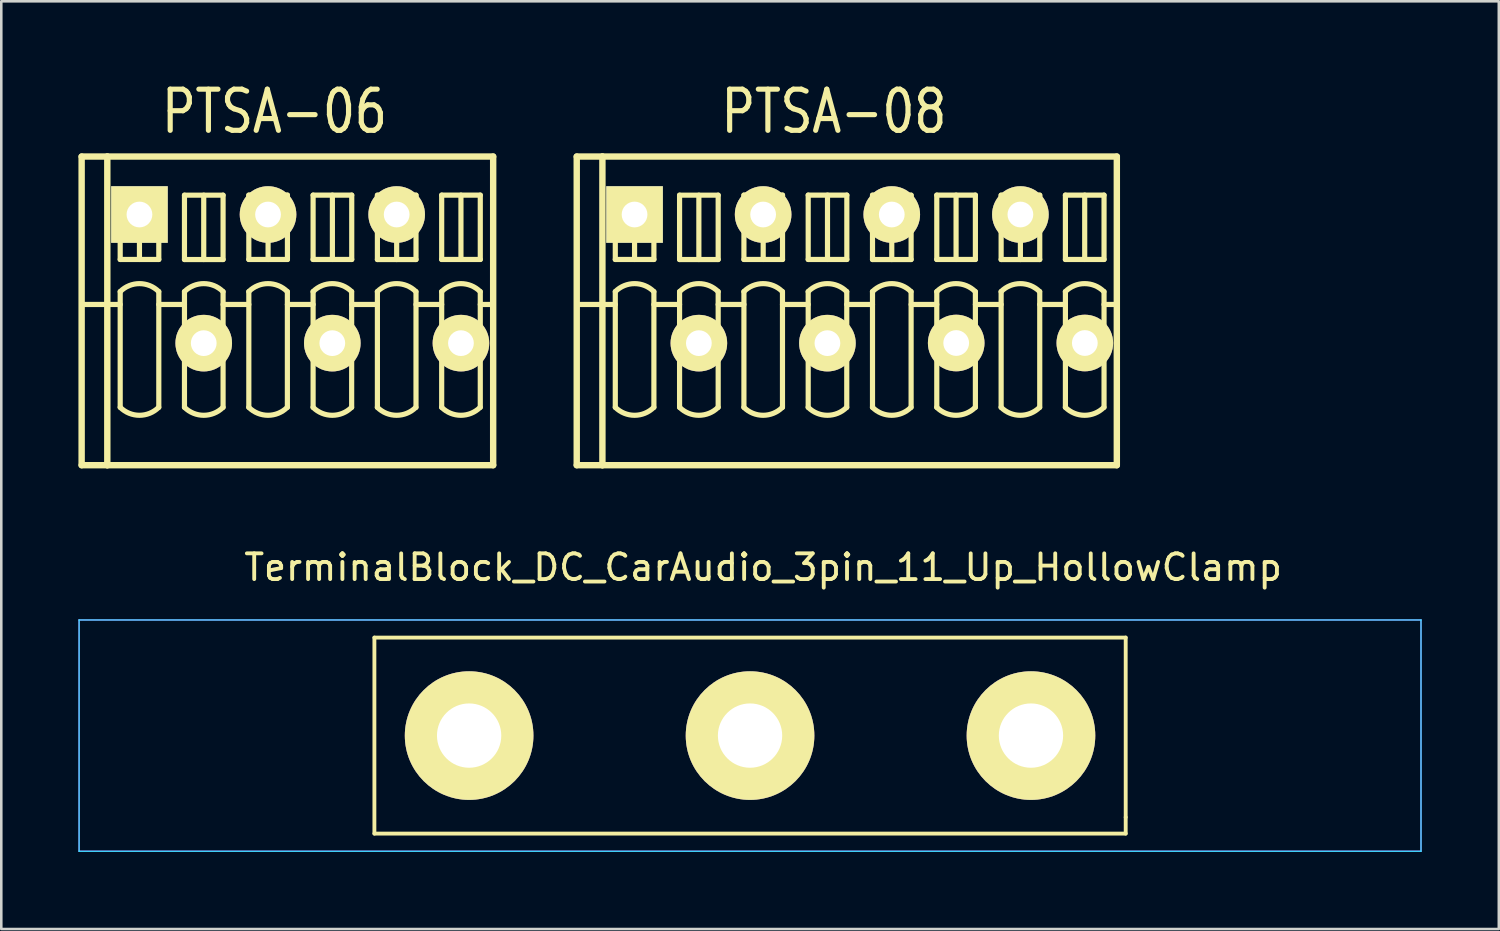
<source format=kicad_pcb>
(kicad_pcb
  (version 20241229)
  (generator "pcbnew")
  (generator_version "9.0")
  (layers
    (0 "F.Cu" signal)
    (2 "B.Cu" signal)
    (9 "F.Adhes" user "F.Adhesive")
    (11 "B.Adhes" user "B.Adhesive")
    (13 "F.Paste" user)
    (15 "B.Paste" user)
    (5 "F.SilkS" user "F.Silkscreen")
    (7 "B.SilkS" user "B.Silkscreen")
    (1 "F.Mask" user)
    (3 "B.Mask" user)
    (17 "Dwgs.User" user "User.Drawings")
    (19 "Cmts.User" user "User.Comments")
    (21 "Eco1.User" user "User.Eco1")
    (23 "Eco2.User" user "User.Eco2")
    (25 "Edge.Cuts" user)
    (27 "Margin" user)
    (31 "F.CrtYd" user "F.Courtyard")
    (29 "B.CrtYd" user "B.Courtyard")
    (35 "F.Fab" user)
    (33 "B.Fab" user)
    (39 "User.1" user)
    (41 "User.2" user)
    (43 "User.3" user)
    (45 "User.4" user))
  (footprint "PTSA-06"
    (layer "F.Cu")
    (at 8.623 7.787)
    (property "Reference" "PTSA-06" (at -1.001 -6.5 0) (layer "F.SilkS") (effects (font (size 1.6 1.3) (thickness 0.2))))
    (attr through_hole)
    (fp_line (start -8.499 -4.75) (end -8.499 7.249) (stroke (width 0.249) (type solid)) (layer "F.SilkS"))
    (fp_line (start -8.499 -4.75) (end -7.501 -4.75) (stroke (width 0.249) (type solid)) (layer "F.SilkS"))
    (fp_line (start -8.499 7.249) (end -7.501 7.249) (stroke (width 0.249) (type solid)) (layer "F.SilkS"))
    (fp_line (start -7.501 -4.75) (end 7.501 -4.75) (stroke (width 0.249) (type solid)) (layer "F.SilkS"))
    (fp_line (start -7.501 1.001) (end -8.499 1.001) (stroke (width 0.201) (type solid)) (layer "F.SilkS"))
    (fp_line (start -7.501 7.249) (end -7.501 -4.75) (stroke (width 0.249) (type solid)) (layer "F.SilkS"))
    (fp_line (start -7 -3.251) (end -5.499 -3.251) (stroke (width 0.201) (type solid)) (layer "F.SilkS"))
    (fp_line (start -7 -0.749) (end -7 -3.251) (stroke (width 0.201) (type solid)) (layer "F.SilkS"))
    (fp_line (start -7 0.5) (end -7 5.001) (stroke (width 0.201) (type solid)) (layer "F.SilkS"))
    (fp_line (start -7 1.001) (end -7.501 1.001) (stroke (width 0.201) (type solid)) (layer "F.SilkS"))
    (fp_line (start -6.251 -3.251) (end -6.251 -0.749) (stroke (width 0.201) (type solid)) (layer "F.SilkS"))
    (fp_line (start -5.499 -3.251) (end -5.499 -0.749) (stroke (width 0.201) (type solid)) (layer "F.SilkS"))
    (fp_line (start -5.499 -0.749) (end -7 -0.749) (stroke (width 0.201) (type solid)) (layer "F.SilkS"))
    (fp_line (start -5.499 1.001) (end -4.501 1.001) (stroke (width 0.201) (type solid)) (layer "F.SilkS"))
    (fp_line (start -5.499 5.001) (end -5.499 0.5) (stroke (width 0.201) (type solid)) (layer "F.SilkS"))
    (fp_line (start -4.501 -3.249) (end -3 -3.249) (stroke (width 0.201) (type solid)) (layer "F.SilkS"))
    (fp_line (start -4.501 -0.747) (end -4.501 -3.249) (stroke (width 0.201) (type solid)) (layer "F.SilkS"))
    (fp_line (start -4.501 0.5) (end -4.501 5.001) (stroke (width 0.201) (type solid)) (layer "F.SilkS"))
    (fp_line (start -3.752 -3.249) (end -3.752 -0.747) (stroke (width 0.201) (type solid)) (layer "F.SilkS"))
    (fp_line (start -3 -3.249) (end -3 -0.747) (stroke (width 0.201) (type solid)) (layer "F.SilkS"))
    (fp_line (start -3 -0.747) (end -4.501 -0.747) (stroke (width 0.201) (type solid)) (layer "F.SilkS"))
    (fp_line (start -3 1.001) (end -1.999 1.001) (stroke (width 0.201) (type solid)) (layer "F.SilkS"))
    (fp_line (start -3 5.001) (end -3 0.5) (stroke (width 0.201) (type solid)) (layer "F.SilkS"))
    (fp_line (start -1.999 -3.251) (end -0.498 -3.251) (stroke (width 0.201) (type solid)) (layer "F.SilkS"))
    (fp_line (start -1.999 -0.749) (end -1.999 -3.251) (stroke (width 0.201) (type solid)) (layer "F.SilkS"))
    (fp_line (start -1.999 0.5) (end -1.999 5.001) (stroke (width 0.201) (type solid)) (layer "F.SilkS"))
    (fp_line (start -1.25 -3.251) (end -1.25 -0.749) (stroke (width 0.201) (type solid)) (layer "F.SilkS"))
    (fp_line (start -0.5 1.001) (end 0.5 1.001) (stroke (width 0.201) (type solid)) (layer "F.SilkS"))
    (fp_line (start -0.5 5.001) (end -0.5 0.5) (stroke (width 0.201) (type solid)) (layer "F.SilkS"))
    (fp_line (start -0.498 -3.251) (end -0.498 -0.749) (stroke (width 0.201) (type solid)) (layer "F.SilkS"))
    (fp_line (start -0.498 -0.749) (end -1.999 -0.749) (stroke (width 0.201) (type solid)) (layer "F.SilkS"))
    (fp_line (start 0.5 -3.251) (end 2.002 -3.251) (stroke (width 0.201) (type solid)) (layer "F.SilkS"))
    (fp_line (start 0.5 -0.749) (end 0.5 -3.251) (stroke (width 0.201) (type solid)) (layer "F.SilkS"))
    (fp_line (start 0.5 0.5) (end 0.5 5.001) (stroke (width 0.201) (type solid)) (layer "F.SilkS"))
    (fp_line (start 1.25 -3.251) (end 1.25 -0.749) (stroke (width 0.201) (type solid)) (layer "F.SilkS"))
    (fp_line (start 1.999 1.001) (end 3 1.001) (stroke (width 0.201) (type solid)) (layer "F.SilkS"))
    (fp_line (start 1.999 5.001) (end 1.999 0.5) (stroke (width 0.201) (type solid)) (layer "F.SilkS"))
    (fp_line (start 2.002 -3.251) (end 2.002 -0.749) (stroke (width 0.201) (type solid)) (layer "F.SilkS"))
    (fp_line (start 2.002 -0.749) (end 0.5 -0.749) (stroke (width 0.201) (type solid)) (layer "F.SilkS"))
    (fp_line (start 3 -3.249) (end 4.501 -3.249) (stroke (width 0.201) (type solid)) (layer "F.SilkS"))
    (fp_line (start 3 -0.747) (end 3 -3.249) (stroke (width 0.201) (type solid)) (layer "F.SilkS"))
    (fp_line (start 3 0.5) (end 3 5.001) (stroke (width 0.201) (type solid)) (layer "F.SilkS"))
    (fp_line (start 3.749 -3.249) (end 3.749 -0.747) (stroke (width 0.201) (type solid)) (layer "F.SilkS"))
    (fp_line (start 4.501 -3.249) (end 4.501 -0.747) (stroke (width 0.201) (type solid)) (layer "F.SilkS"))
    (fp_line (start 4.501 -0.747) (end 3 -0.747) (stroke (width 0.201) (type solid)) (layer "F.SilkS"))
    (fp_line (start 4.501 1.001) (end 5.499 1.001) (stroke (width 0.201) (type solid)) (layer "F.SilkS"))
    (fp_line (start 4.501 5.001) (end 4.501 0.5) (stroke (width 0.201) (type solid)) (layer "F.SilkS"))
    (fp_line (start 5.499 -3.251) (end 7 -3.251) (stroke (width 0.201) (type solid)) (layer "F.SilkS"))
    (fp_line (start 5.499 -0.749) (end 5.499 -3.251) (stroke (width 0.201) (type solid)) (layer "F.SilkS"))
    (fp_line (start 5.499 0.5) (end 5.499 5.001) (stroke (width 0.201) (type solid)) (layer "F.SilkS"))
    (fp_line (start 6.248 -3.251) (end 6.248 -0.749) (stroke (width 0.201) (type solid)) (layer "F.SilkS"))
    (fp_line (start 7 -3.251) (end 7 -0.749) (stroke (width 0.201) (type solid)) (layer "F.SilkS"))
    (fp_line (start 7 -0.749) (end 5.499 -0.749) (stroke (width 0.201) (type solid)) (layer "F.SilkS"))
    (fp_line (start 7 1.001) (end 7.501 1.001) (stroke (width 0.201) (type solid)) (layer "F.SilkS"))
    (fp_line (start 7 5.001) (end 7 0.5) (stroke (width 0.201) (type solid)) (layer "F.SilkS"))
    (fp_line (start 7.501 -4.75) (end 7.501 7.249) (stroke (width 0.249) (type solid)) (layer "F.SilkS"))
    (fp_line (start 7.501 7.249) (end -7.501 7.249) (stroke (width 0.249) (type solid)) (layer "F.SilkS"))
    (fp_arc (start -7.00024 0.50038) (mid -6.25094 0.19001) (end -5.50164 0.50038) (stroke (width 0.20066) (type solid)) (layer "F.SilkS"))
    (fp_arc (start -5.50164 4.99872) (mid -6.25094 5.30909) (end -7.00024 4.99872) (stroke (width 0.20066) (type solid)) (layer "F.SilkS"))
    (fp_arc (start -4.50088 0.50038) (mid -3.75158 0.19001) (end -3.00228 0.50038) (stroke (width 0.20066) (type solid)) (layer "F.SilkS"))
    (fp_arc (start -3.00228 4.99872) (mid -3.75158 5.30909) (end -4.50088 4.99872) (stroke (width 0.20066) (type solid)) (layer "F.SilkS"))
    (fp_arc (start -2.00152 0.50038) (mid -1.25222 0.19001) (end -0.50292 0.50038) (stroke (width 0.20066) (type solid)) (layer "F.SilkS"))
    (fp_arc (start -0.50292 4.99872) (mid -1.25222 5.30909) (end -2.00152 4.99872) (stroke (width 0.20066) (type solid)) (layer "F.SilkS"))
    (fp_arc (start 0.49784 0.50038) (mid 1.24714 0.19001) (end 1.99644 0.50038) (stroke (width 0.20066) (type solid)) (layer "F.SilkS"))
    (fp_arc (start 1.99644 4.99872) (mid 1.24714 5.30909) (end 0.49784 4.99872) (stroke (width 0.20066) (type solid)) (layer "F.SilkS"))
    (fp_arc (start 2.9972 0.50038) (mid 3.7465 0.19001) (end 4.4958 0.50038) (stroke (width 0.20066) (type solid)) (layer "F.SilkS"))
    (fp_arc (start 4.4958 4.99872) (mid 3.7465 5.30909) (end 2.9972 4.99872) (stroke (width 0.20066) (type solid)) (layer "F.SilkS"))
    (fp_arc (start 5.49656 0.50038) (mid 6.24586 0.19001) (end 6.99516 0.50038) (stroke (width 0.20066) (type solid)) (layer "F.SilkS"))
    (fp_arc (start 6.99516 4.99872) (mid 6.24586 5.30909) (end 5.49656 4.99872) (stroke (width 0.20066) (type solid)) (layer "F.SilkS"))
    (pad "1" thru_hole rect (at -6.251 -2.497) (size 2.2 2.2) (drill 1.001) (layers "*.Cu" "*.Mask" "F.SilkS"))
    (pad "2" thru_hole circle (at -3.752 2.504) (size 2.2 2.2) (drill 1.001) (layers "*.Cu" "*.Mask" "F.SilkS"))
    (pad "3" thru_hole circle (at -1.252 -2.497) (size 2.2 2.2) (drill 1.001) (layers "*.Cu" "*.Mask" "F.SilkS"))
    (pad "4" thru_hole circle (at 1.247 2.504) (size 2.2 2.2) (drill 1.001) (layers "*.Cu" "*.Mask" "F.SilkS"))
    (pad "5" thru_hole circle (at 3.749 -2.497) (size 2.2 2.2) (drill 1.001) (layers "*.Cu" "*.Mask" "F.SilkS"))
    (pad "6" thru_hole circle (at 6.248 2.504) (size 2.2 2.2) (drill 1.001) (layers "*.Cu" "*.Mask" "F.SilkS")))
  (footprint "TerminalBlock_DC_CarAudio_3pin_11_Up_HollowClamp"
    (layer "F.Cu")
    (at 15.189 25.549)
    (property "Reference" "TerminalBlock_DC_CarAudio_3pin_11_Up_HollowClamp" (at 11.43 -6.54 0) (layer "F.SilkS") (effects (font (size 1 1) (thickness 0.15))))
    (attr through_hole)
    (fp_line (start -3.683 -3.81) (end 25.527 -3.81) (stroke (width 0.15) (type solid)) (layer "F.SilkS"))
    (fp_line (start -3.683 3.81) (end -3.683 -3.81) (stroke (width 0.15) (type solid)) (layer "F.SilkS"))
    (fp_line (start 25.527 -3.81) (end 25.527 3.175) (stroke (width 0.15) (type solid)) (layer "F.SilkS"))
    (fp_line (start 25.527 3.175) (end 25.527 3.81) (stroke (width 0.15) (type solid)) (layer "F.SilkS"))
    (fp_line (start 25.527 3.81) (end -3.683 3.81) (stroke (width 0.15) (type solid)) (layer "F.SilkS"))
    (fp_line (start -15.164 -4.496) (end -15.164 4.496) (stroke (width 0.05) (type solid)) (layer "B.CrtYd"))
    (fp_line (start -15.164 -4.496) (end 37.008 -4.496) (stroke (width 0.05) (type solid)) (layer "B.CrtYd"))
    (fp_line (start 37.008 -4.496) (end 37.008 4.496) (stroke (width 0.05) (type solid)) (layer "B.CrtYd"))
    (fp_line (start 37.008 4.496) (end -15.164 4.496) (stroke (width 0.05) (type solid)) (layer "B.CrtYd"))
    (fp_line (start -15.164 -4.496) (end -15.164 4.496) (stroke (width 0.05) (type solid)) (layer "F.CrtYd"))
    (fp_line (start -15.164 -4.496) (end 37.008 -4.496) (stroke (width 0.05) (type solid)) (layer "F.CrtYd"))
    (fp_line (start 37.008 4.496) (end -15.164 4.496) (stroke (width 0.05) (type solid)) (layer "F.CrtYd"))
    (fp_line (start 37.008 4.496) (end 37.008 -4.496) (stroke (width 0.05) (type solid)) (layer "F.CrtYd"))
    (pad "1" thru_hole circle (at 0 0) (size 5 5) (drill 2.5) (layers "*.Cu" "*.Mask" "F.SilkS"))
    (pad "2" thru_hole circle (at 10.922 0) (size 5 5) (drill 2.5) (layers "*.Cu" "*.Mask" "F.SilkS"))
    (pad "3" thru_hole circle (at 21.844 0) (size 5 5) (drill 2.5) (layers "*.Cu" "*.Mask" "F.SilkS")))
  (footprint "PTSA-08"
    (layer "F.Cu")
    (at 30.374 7.787)
    (property "Reference" "PTSA-08" (at -1.001 -6.5 0) (layer "F.SilkS") (effects (font (size 1.6 1.3) (thickness 0.2))))
    (attr through_hole)
    (fp_line (start -11.001 -4.75) (end -11.001 7.249) (stroke (width 0.249) (type solid)) (layer "F.SilkS"))
    (fp_line (start -11.001 -4.75) (end -10.003 -4.75) (stroke (width 0.249) (type solid)) (layer "F.SilkS"))
    (fp_line (start -11.001 7.249) (end -10.003 7.249) (stroke (width 0.249) (type solid)) (layer "F.SilkS"))
    (fp_line (start -10.003 -4.75) (end 9.997 -4.75) (stroke (width 0.249) (type solid)) (layer "F.SilkS"))
    (fp_line (start -10.003 1.001) (end -11.001 1.001) (stroke (width 0.201) (type solid)) (layer "F.SilkS"))
    (fp_line (start -10.003 7.249) (end -10.003 -4.75) (stroke (width 0.249) (type solid)) (layer "F.SilkS"))
    (fp_line (start -9.502 -3.251) (end -8.001 -3.251) (stroke (width 0.201) (type solid)) (layer "F.SilkS"))
    (fp_line (start -9.502 -0.749) (end -9.502 -3.251) (stroke (width 0.201) (type solid)) (layer "F.SilkS"))
    (fp_line (start -9.502 0.5) (end -9.502 5.001) (stroke (width 0.201) (type solid)) (layer "F.SilkS"))
    (fp_line (start -9.502 1.001) (end -10.003 1.001) (stroke (width 0.201) (type solid)) (layer "F.SilkS"))
    (fp_line (start -8.753 -3.251) (end -8.753 -0.749) (stroke (width 0.201) (type solid)) (layer "F.SilkS"))
    (fp_line (start -8.001 -3.251) (end -8.001 -0.749) (stroke (width 0.201) (type solid)) (layer "F.SilkS"))
    (fp_line (start -8.001 -0.749) (end -9.502 -0.749) (stroke (width 0.201) (type solid)) (layer "F.SilkS"))
    (fp_line (start -8.001 1.001) (end -7.003 1.001) (stroke (width 0.201) (type solid)) (layer "F.SilkS"))
    (fp_line (start -8.001 5.001) (end -8.001 0.5) (stroke (width 0.201) (type solid)) (layer "F.SilkS"))
    (fp_line (start -7.003 -3.249) (end -5.502 -3.249) (stroke (width 0.201) (type solid)) (layer "F.SilkS"))
    (fp_line (start -7.003 -0.747) (end -7.003 -3.249) (stroke (width 0.201) (type solid)) (layer "F.SilkS"))
    (fp_line (start -7.003 0.5) (end -7.003 5.001) (stroke (width 0.201) (type solid)) (layer "F.SilkS"))
    (fp_line (start -6.253 -3.249) (end -6.253 -0.747) (stroke (width 0.201) (type solid)) (layer "F.SilkS"))
    (fp_line (start -5.502 -3.249) (end -5.502 -0.747) (stroke (width 0.201) (type solid)) (layer "F.SilkS"))
    (fp_line (start -5.502 -0.747) (end -7.003 -0.747) (stroke (width 0.201) (type solid)) (layer "F.SilkS"))
    (fp_line (start -5.502 1.001) (end -4.501 1.001) (stroke (width 0.201) (type solid)) (layer "F.SilkS"))
    (fp_line (start -5.502 5.001) (end -5.502 0.5) (stroke (width 0.201) (type solid)) (layer "F.SilkS"))
    (fp_line (start -4.501 -3.251) (end -3 -3.251) (stroke (width 0.201) (type solid)) (layer "F.SilkS"))
    (fp_line (start -4.501 -0.749) (end -4.501 -3.251) (stroke (width 0.201) (type solid)) (layer "F.SilkS"))
    (fp_line (start -4.501 0.5) (end -4.501 5.001) (stroke (width 0.201) (type solid)) (layer "F.SilkS"))
    (fp_line (start -3.752 -3.251) (end -3.752 -0.749) (stroke (width 0.201) (type solid)) (layer "F.SilkS"))
    (fp_line (start -3.002 1.001) (end -2.002 1.001) (stroke (width 0.201) (type solid)) (layer "F.SilkS"))
    (fp_line (start -3.002 5.001) (end -3.002 0.5) (stroke (width 0.201) (type solid)) (layer "F.SilkS"))
    (fp_line (start -3 -3.251) (end -3 -0.749) (stroke (width 0.201) (type solid)) (layer "F.SilkS"))
    (fp_line (start -3 -0.749) (end -4.501 -0.749) (stroke (width 0.201) (type solid)) (layer "F.SilkS"))
    (fp_line (start -2.002 -3.251) (end -0.5 -3.251) (stroke (width 0.201) (type solid)) (layer "F.SilkS"))
    (fp_line (start -2.002 -0.749) (end -2.002 -3.251) (stroke (width 0.201) (type solid)) (layer "F.SilkS"))
    (fp_line (start -2.002 0.5) (end -2.002 5.001) (stroke (width 0.201) (type solid)) (layer "F.SilkS"))
    (fp_line (start -1.252 -3.251) (end -1.252 -0.749) (stroke (width 0.201) (type solid)) (layer "F.SilkS"))
    (fp_line (start -0.503 1.001) (end 0.498 1.001) (stroke (width 0.201) (type solid)) (layer "F.SilkS"))
    (fp_line (start -0.503 5.001) (end -0.503 0.5) (stroke (width 0.201) (type solid)) (layer "F.SilkS"))
    (fp_line (start -0.5 -3.251) (end -0.5 -0.749) (stroke (width 0.201) (type solid)) (layer "F.SilkS"))
    (fp_line (start -0.5 -0.749) (end -2.002 -0.749) (stroke (width 0.201) (type solid)) (layer "F.SilkS"))
    (fp_line (start 0.498 -3.249) (end 1.999 -3.249) (stroke (width 0.201) (type solid)) (layer "F.SilkS"))
    (fp_line (start 0.498 -0.747) (end 0.498 -3.249) (stroke (width 0.201) (type solid)) (layer "F.SilkS"))
    (fp_line (start 0.498 0.5) (end 0.498 5.001) (stroke (width 0.201) (type solid)) (layer "F.SilkS"))
    (fp_line (start 1.247 -3.249) (end 1.247 -0.747) (stroke (width 0.201) (type solid)) (layer "F.SilkS"))
    (fp_line (start 1.999 -3.249) (end 1.999 -0.747) (stroke (width 0.201) (type solid)) (layer "F.SilkS"))
    (fp_line (start 1.999 -0.747) (end 0.498 -0.747) (stroke (width 0.201) (type solid)) (layer "F.SilkS"))
    (fp_line (start 1.999 1.001) (end 2.997 1.001) (stroke (width 0.201) (type solid)) (layer "F.SilkS"))
    (fp_line (start 1.999 5.001) (end 1.999 0.5) (stroke (width 0.201) (type solid)) (layer "F.SilkS"))
    (fp_line (start 2.997 -3.251) (end 4.498 -3.251) (stroke (width 0.201) (type solid)) (layer "F.SilkS"))
    (fp_line (start 2.997 -0.749) (end 2.997 -3.251) (stroke (width 0.201) (type solid)) (layer "F.SilkS"))
    (fp_line (start 2.997 0.5) (end 2.997 5.001) (stroke (width 0.201) (type solid)) (layer "F.SilkS"))
    (fp_line (start 3.747 -3.251) (end 3.747 -0.749) (stroke (width 0.201) (type solid)) (layer "F.SilkS"))
    (fp_line (start 4.498 -3.251) (end 4.498 -0.749) (stroke (width 0.201) (type solid)) (layer "F.SilkS"))
    (fp_line (start 4.498 -0.749) (end 2.997 -0.749) (stroke (width 0.201) (type solid)) (layer "F.SilkS"))
    (fp_line (start 4.498 1.001) (end 5.499 1.001) (stroke (width 0.201) (type solid)) (layer "F.SilkS"))
    (fp_line (start 4.498 5.001) (end 4.498 0.5) (stroke (width 0.201) (type solid)) (layer "F.SilkS"))
    (fp_line (start 5.499 -3.249) (end 7 -3.249) (stroke (width 0.201) (type solid)) (layer "F.SilkS"))
    (fp_line (start 5.499 -0.747) (end 5.499 -3.249) (stroke (width 0.201) (type solid)) (layer "F.SilkS"))
    (fp_line (start 5.499 0.5) (end 5.499 5.001) (stroke (width 0.201) (type solid)) (layer "F.SilkS"))
    (fp_line (start 6.248 -3.249) (end 6.248 -0.747) (stroke (width 0.201) (type solid)) (layer "F.SilkS"))
    (fp_line (start 7 -3.249) (end 7 -0.747) (stroke (width 0.201) (type solid)) (layer "F.SilkS"))
    (fp_line (start 7 -0.747) (end 5.499 -0.747) (stroke (width 0.201) (type solid)) (layer "F.SilkS"))
    (fp_line (start 7 1.001) (end 7.998 1.001) (stroke (width 0.201) (type solid)) (layer "F.SilkS"))
    (fp_line (start 7 5.001) (end 7 0.5) (stroke (width 0.201) (type solid)) (layer "F.SilkS"))
    (fp_line (start 7.998 -3.251) (end 9.5 -3.251) (stroke (width 0.201) (type solid)) (layer "F.SilkS"))
    (fp_line (start 7.998 -0.749) (end 7.998 -3.251) (stroke (width 0.201) (type solid)) (layer "F.SilkS"))
    (fp_line (start 7.998 0.5) (end 7.998 5.001) (stroke (width 0.201) (type solid)) (layer "F.SilkS"))
    (fp_line (start 8.748 -3.251) (end 8.748 -0.749) (stroke (width 0.201) (type solid)) (layer "F.SilkS"))
    (fp_line (start 9.5 -3.251) (end 9.5 -0.749) (stroke (width 0.201) (type solid)) (layer "F.SilkS"))
    (fp_line (start 9.5 -0.749) (end 7.998 -0.749) (stroke (width 0.201) (type solid)) (layer "F.SilkS"))
    (fp_line (start 9.5 1.001) (end 10 1.001) (stroke (width 0.201) (type solid)) (layer "F.SilkS"))
    (fp_line (start 9.5 5.001) (end 9.5 0.5) (stroke (width 0.201) (type solid)) (layer "F.SilkS"))
    (fp_line (start 9.997 -4.75) (end 9.997 7.249) (stroke (width 0.249) (type solid)) (layer "F.SilkS"))
    (fp_line (start 9.997 7.249) (end -10.003 7.249) (stroke (width 0.249) (type solid)) (layer "F.SilkS"))
    (fp_arc (start -9.50214 0.50038) (mid -8.75284 0.19001) (end -8.00354 0.50038) (stroke (width 0.20066) (type solid)) (layer "F.SilkS"))
    (fp_arc (start -8.00354 4.99872) (mid -8.75284 5.30909) (end -9.50214 4.99872) (stroke (width 0.20066) (type solid)) (layer "F.SilkS"))
    (fp_arc (start -7.00278 0.50038) (mid -6.25348 0.19001) (end -5.50418 0.50038) (stroke (width 0.20066) (type solid)) (layer "F.SilkS"))
    (fp_arc (start -5.50418 4.99872) (mid -6.25348 5.30909) (end -7.00278 4.99872) (stroke (width 0.20066) (type solid)) (layer "F.SilkS"))
    (fp_arc (start -4.50342 0.50038) (mid -3.75412 0.19001) (end -3.00482 0.50038) (stroke (width 0.20066) (type solid)) (layer "F.SilkS"))
    (fp_arc (start -3.00482 4.99872) (mid -3.75412 5.30909) (end -4.50342 4.99872) (stroke (width 0.20066) (type solid)) (layer "F.SilkS"))
    (fp_arc (start -2.00406 0.50038) (mid -1.25476 0.19001) (end -0.50546 0.50038) (stroke (width 0.20066) (type solid)) (layer "F.SilkS"))
    (fp_arc (start -0.50546 4.99872) (mid -1.25476 5.30909) (end -2.00406 4.99872) (stroke (width 0.20066) (type solid)) (layer "F.SilkS"))
    (fp_arc (start 0.4953 0.50038) (mid 1.2446 0.19001) (end 1.9939 0.50038) (stroke (width 0.20066) (type solid)) (layer "F.SilkS"))
    (fp_arc (start 1.9939 4.99872) (mid 1.2446 5.30909) (end 0.4953 4.99872) (stroke (width 0.20066) (type solid)) (layer "F.SilkS"))
    (fp_arc (start 2.99466 0.50038) (mid 3.74396 0.19001) (end 4.49326 0.50038) (stroke (width 0.20066) (type solid)) (layer "F.SilkS"))
    (fp_arc (start 4.49326 4.99872) (mid 3.74396 5.30909) (end 2.99466 4.99872) (stroke (width 0.20066) (type solid)) (layer "F.SilkS"))
    (fp_arc (start 5.49656 0.50038) (mid 6.24586 0.19001) (end 6.99516 0.50038) (stroke (width 0.20066) (type solid)) (layer "F.SilkS"))
    (fp_arc (start 6.99516 4.99872) (mid 6.24586 5.30909) (end 5.49656 4.99872) (stroke (width 0.20066) (type solid)) (layer "F.SilkS"))
    (fp_arc (start 7.99592 0.50038) (mid 8.74522 0.19001) (end 9.49452 0.50038) (stroke (width 0.20066) (type solid)) (layer "F.SilkS"))
    (fp_arc (start 9.49452 4.99872) (mid 8.74522 5.30909) (end 7.99592 4.99872) (stroke (width 0.20066) (type solid)) (layer "F.SilkS"))
    (pad "1" thru_hole rect (at -8.753 -2.497) (size 2.2 2.2) (drill 1.001) (layers "*.Cu" "*.Mask" "F.SilkS"))
    (pad "2" thru_hole circle (at -6.253 2.504) (size 2.2 2.2) (drill 1.001) (layers "*.Cu" "*.Mask" "F.SilkS"))
    (pad "3" thru_hole circle (at -3.754 -2.497) (size 2.2 2.2) (drill 1.001) (layers "*.Cu" "*.Mask" "F.SilkS"))
    (pad "4" thru_hole circle (at -1.255 2.504) (size 2.2 2.2) (drill 1.001) (layers "*.Cu" "*.Mask" "F.SilkS"))
    (pad "5" thru_hole circle (at 1.247 -2.497) (size 2.2 2.2) (drill 1.001) (layers "*.Cu" "*.Mask" "F.SilkS"))
    (pad "6" thru_hole circle (at 3.752 2.499 90) (size 2.2 2.2) (drill 1.001) (layers "*.Cu" "*.Mask" "F.SilkS"))
    (pad "7" thru_hole circle (at 6.248 -2.497) (size 2.2 2.2) (drill 1.001) (layers "*.Cu" "*.Mask" "F.SilkS"))
    (pad "8" thru_hole circle (at 8.753 2.499 90) (size 2.2 2.2) (drill 1.001) (layers "*.Cu" "*.Mask" "F.SilkS")))
  (gr_rect
    (start -3 -3)
    (end 55.222 33.07)
    (stroke (width 0.1) (type default))
    (fill no)
    (layer "Edge.Cuts")))
</source>
